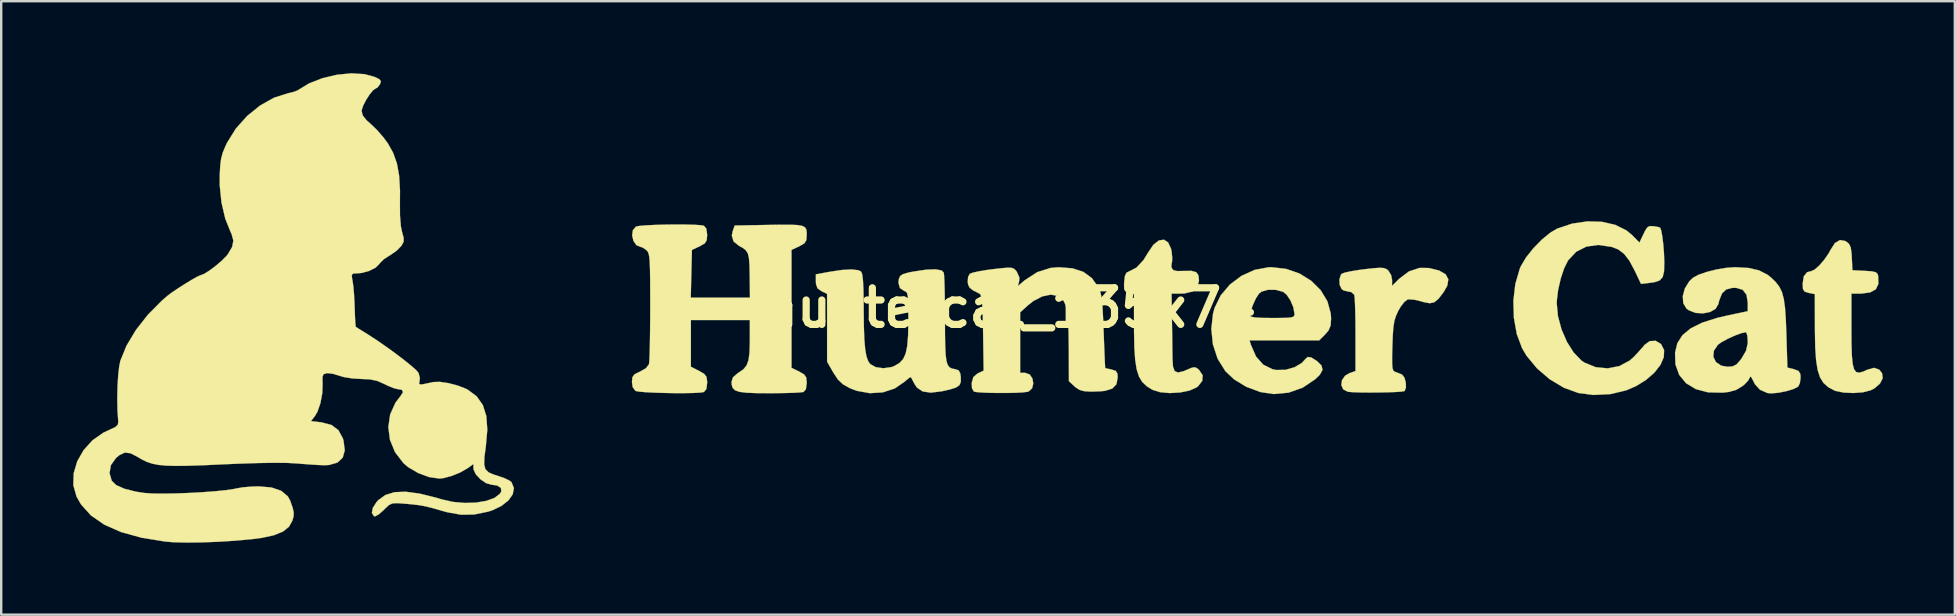
<source format=kicad_pcb>
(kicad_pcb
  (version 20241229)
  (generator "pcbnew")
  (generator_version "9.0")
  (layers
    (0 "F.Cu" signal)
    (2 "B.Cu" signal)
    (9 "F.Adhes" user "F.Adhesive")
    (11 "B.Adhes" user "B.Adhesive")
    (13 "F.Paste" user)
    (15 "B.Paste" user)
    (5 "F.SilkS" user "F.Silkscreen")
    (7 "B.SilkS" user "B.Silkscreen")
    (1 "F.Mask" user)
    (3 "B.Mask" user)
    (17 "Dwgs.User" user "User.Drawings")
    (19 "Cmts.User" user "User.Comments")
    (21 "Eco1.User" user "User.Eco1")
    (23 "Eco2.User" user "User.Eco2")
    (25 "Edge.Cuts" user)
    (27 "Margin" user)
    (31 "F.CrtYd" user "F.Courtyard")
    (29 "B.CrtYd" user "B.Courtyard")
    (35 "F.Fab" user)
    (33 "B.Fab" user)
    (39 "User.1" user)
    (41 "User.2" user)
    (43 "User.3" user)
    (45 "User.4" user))
  (footprint "huntercat_135x74"
    (layer "F.Cu")
    (at 39.024 9.774)
    (property "Reference" "huntercat_135x74" (at 0 0 0) (layer "F.SilkS") (effects (font (size 1.524 1.524) (thickness 0.3))))
    (attr through_hole)
    (fp_poly (pts (xy 34.802 -2.782) (xy 34.843 -2.757) (xy 34.958 -2.657) (xy 35.024 -2.511) (xy 35.059 -2.271) (xy 35.069 -2.096) (xy 35.094 -1.566) (xy 35.614 -1.541) (xy 35.905 -1.521) (xy 36.067 -1.483) (xy 36.142 -1.413) (xy 36.166 -1.33) (xy 36.177 -1) (xy 36.069 -0.774) (xy 35.832 -0.642) (xy 35.454 -0.593) (xy 35.385 -0.593) (xy 35.052 -0.593) (xy 35.052 0.895) (xy 35.056 1.525) (xy 35.072 2.002) (xy 35.106 2.342) (xy 35.164 2.561) (xy 35.253 2.675) (xy 35.379 2.701) (xy 35.548 2.654) (xy 35.706 2.581) (xy 35.991 2.499) (xy 36.21 2.573) (xy 36.33 2.725) (xy 36.355 2.933) (xy 36.242 3.154) (xy 36.017 3.351) (xy 35.852 3.436) (xy 35.535 3.517) (xy 35.137 3.548) (xy 34.732 3.53) (xy 34.397 3.462) (xy 34.332 3.437) (xy 34.083 3.302) (xy 33.889 3.129) (xy 33.745 2.897) (xy 33.644 2.584) (xy 33.58 2.17) (xy 33.544 1.631) (xy 33.532 0.948) (xy 33.532 0.878) (xy 33.528 -0.572) (xy 33.274 -0.622) (xy 33.107 -0.675) (xy 33.035 -0.779) (xy 33.02 -0.993) (xy 33.02 -0.997) (xy 33.067 -1.311) (xy 33.207 -1.486) (xy 33.367 -1.524) (xy 33.516 -1.591) (xy 33.713 -1.764) (xy 33.921 -2.005) (xy 34.105 -2.272) (xy 34.178 -2.408) (xy 34.367 -2.7) (xy 34.575 -2.825) (xy 34.802 -2.782)) (stroke (width 0.01) (type solid)) (fill yes) (layer "F.SilkS"))
    (fp_poly (pts (xy 6.587 -2.726) (xy 6.708 -2.466) (xy 6.735 -2.334) (xy 6.758 -2.089) (xy 6.751 -1.912) (xy 6.739 -1.876) (xy 6.722 -1.733) (xy 6.742 -1.652) (xy 6.813 -1.566) (xy 6.967 -1.532) (xy 7.23 -1.537) (xy 7.56 -1.54) (xy 7.756 -1.486) (xy 7.851 -1.357) (xy 7.874 -1.143) (xy 7.807 -0.862) (xy 7.605 -0.681) (xy 7.267 -0.599) (xy 7.114 -0.593) (xy 6.731 -0.593) (xy 6.747 0.487) (xy 6.754 0.958) (xy 6.761 1.424) (xy 6.766 1.829) (xy 6.769 2.098) (xy 6.79 2.442) (xy 6.86 2.635) (xy 7 2.695) (xy 7.231 2.639) (xy 7.371 2.58) (xy 7.585 2.491) (xy 7.712 2.475) (xy 7.818 2.533) (xy 7.874 2.583) (xy 8.025 2.806) (xy 8.011 3.04) (xy 7.837 3.264) (xy 7.777 3.311) (xy 7.483 3.445) (xy 7.089 3.525) (xy 6.659 3.55) (xy 6.253 3.514) (xy 5.936 3.415) (xy 5.933 3.413) (xy 5.695 3.265) (xy 5.51 3.088) (xy 5.373 2.861) (xy 5.277 2.56) (xy 5.215 2.163) (xy 5.181 1.648) (xy 5.167 0.993) (xy 5.167 0.792) (xy 5.165 -0.574) (xy 4.948 -0.629) (xy 4.818 -0.678) (xy 4.759 -0.771) (xy 4.751 -0.961) (xy 4.758 -1.079) (xy 4.789 -1.332) (xy 4.853 -1.464) (xy 4.969 -1.521) (xy 5.273 -1.679) (xy 5.565 -1.995) (xy 5.754 -2.304) (xy 5.974 -2.628) (xy 6.199 -2.806) (xy 6.41 -2.839) (xy 6.587 -2.726)) (stroke (width 0.01) (type solid)) (fill yes) (layer "F.SilkS"))
    (fp_poly (pts (xy 11.501 -1.624) (xy 12.062 -1.429) (xy 12.55 -1.126) (xy 12.944 -0.735) (xy 13.223 -0.273) (xy 13.364 0.24) (xy 13.377 0.457) (xy 13.356 0.742) (xy 13.269 0.945) (xy 13.13 1.107) (xy 12.882 1.355) (xy 9.979 1.355) (xy 10.038 1.545) (xy 10.251 2.029) (xy 10.547 2.365) (xy 10.927 2.555) (xy 11.096 2.589) (xy 11.474 2.582) (xy 11.847 2.477) (xy 12.155 2.298) (xy 12.302 2.138) (xy 12.404 2.046) (xy 12.547 2.065) (xy 12.766 2.201) (xy 12.788 2.217) (xy 12.978 2.402) (xy 13.02 2.582) (xy 12.91 2.784) (xy 12.725 2.967) (xy 12.198 3.322) (xy 11.607 3.533) (xy 10.983 3.591) (xy 10.43 3.508) (xy 9.845 3.29) (xy 9.336 2.981) (xy 8.972 2.637) (xy 8.65 2.12) (xy 8.453 1.522) (xy 8.387 0.881) (xy 8.45 0.318) (xy 9.994 0.318) (xy 10.041 0.367) (xy 10.198 0.4) (xy 10.485 0.418) (xy 10.922 0.423) (xy 10.922 0.423) (xy 11.33 0.421) (xy 11.597 0.412) (xy 11.754 0.39) (xy 11.829 0.349) (xy 11.852 0.286) (xy 11.853 0.256) (xy 11.805 -0.021) (xy 11.684 -0.311) (xy 11.521 -0.551) (xy 11.379 -0.666) (xy 11.071 -0.751) (xy 10.751 -0.753) (xy 10.483 -0.677) (xy 10.377 -0.598) (xy 10.25 -0.404) (xy 10.122 -0.128) (xy 10.026 0.148) (xy 9.994 0.318) (xy 8.45 0.318) (xy 8.459 0.238) (xy 8.523 0.005) (xy 8.777 -0.517) (xy 9.161 -0.97) (xy 9.643 -1.333) (xy 10.191 -1.581) (xy 10.773 -1.69) (xy 10.89 -1.693) (xy 11.501 -1.624)) (stroke (width 0.01) (type solid)) (fill yes) (layer "F.SilkS"))
    (fp_poly (pts (xy 15.569 -1.658) (xy 15.677 -1.619) (xy 15.755 -1.56) (xy 15.877 -1.366) (xy 15.917 -1.164) (xy 15.917 -0.914) (xy 16.217 -1.214) (xy 16.622 -1.518) (xy 17.063 -1.664) (xy 17.447 -1.66) (xy 17.878 -1.554) (xy 18.149 -1.398) (xy 18.261 -1.189) (xy 18.217 -0.922) (xy 18.066 -0.657) (xy 17.854 -0.38) (xy 17.676 -0.232) (xy 17.486 -0.191) (xy 17.235 -0.239) (xy 17.133 -0.27) (xy 16.86 -0.336) (xy 16.631 -0.355) (xy 16.552 -0.343) (xy 16.421 -0.238) (xy 16.265 -0.031) (xy 16.171 0.133) (xy 16.079 0.336) (xy 16.015 0.539) (xy 15.974 0.785) (xy 15.948 1.115) (xy 15.93 1.572) (xy 15.93 1.587) (xy 15.919 2.023) (xy 15.92 2.32) (xy 15.934 2.505) (xy 15.966 2.608) (xy 16.02 2.658) (xy 16.057 2.672) (xy 16.261 2.75) (xy 16.341 2.787) (xy 16.434 2.91) (xy 16.489 3.112) (xy 16.496 3.32) (xy 16.443 3.458) (xy 16.431 3.468) (xy 16.315 3.489) (xy 16.07 3.506) (xy 15.734 3.519) (xy 15.348 3.526) (xy 14.95 3.528) (xy 14.58 3.524) (xy 14.277 3.514) (xy 14.082 3.496) (xy 14.071 3.494) (xy 13.881 3.395) (xy 13.803 3.218) (xy 13.83 3.013) (xy 13.96 2.827) (xy 14.139 2.722) (xy 14.393 2.633) (xy 14.393 1.112) (xy 14.391 0.614) (xy 14.383 0.169) (xy 14.371 -0.193) (xy 14.357 -0.442) (xy 14.342 -0.543) (xy 14.226 -0.651) (xy 14.105 -0.677) (xy 13.908 -0.721) (xy 13.818 -0.779) (xy 13.735 -0.954) (xy 13.724 -1.184) (xy 13.784 -1.378) (xy 13.822 -1.421) (xy 13.948 -1.468) (xy 14.2 -1.523) (xy 14.536 -1.578) (xy 14.76 -1.607) (xy 15.148 -1.651) (xy 15.405 -1.668) (xy 15.569 -1.658)) (stroke (width 0.01) (type solid)) (fill yes) (layer "F.SilkS"))
    (fp_poly (pts (xy 24.659 -3.584) (xy 25.215 -3.457) (xy 25.686 -3.222) (xy 25.911 -3.035) (xy 26.223 -2.719) (xy 26.33 -2.947) (xy 26.457 -3.21) (xy 26.55 -3.352) (xy 26.645 -3.405) (xy 26.776 -3.405) (xy 26.808 -3.401) (xy 26.994 -3.37) (xy 27.085 -3.339) (xy 27.13 -3.218) (xy 27.175 -2.971) (xy 27.215 -2.642) (xy 27.244 -2.274) (xy 27.257 -1.91) (xy 27.258 -1.894) (xy 27.247 -1.521) (xy 27.191 -1.282) (xy 27.066 -1.142) (xy 26.847 -1.068) (xy 26.647 -1.039) (xy 26.286 -0.998) (xy 26.034 -1.531) (xy 25.806 -1.958) (xy 25.583 -2.249) (xy 25.334 -2.436) (xy 25.063 -2.539) (xy 24.507 -2.62) (xy 24.012 -2.552) (xy 23.591 -2.339) (xy 23.257 -1.985) (xy 23.245 -1.967) (xy 23.083 -1.643) (xy 22.941 -1.214) (xy 22.834 -0.744) (xy 22.78 -0.298) (xy 22.777 -0.182) (xy 22.829 0.355) (xy 22.977 0.901) (xy 23.201 1.417) (xy 23.482 1.861) (xy 23.802 2.193) (xy 23.933 2.283) (xy 24.406 2.474) (xy 24.904 2.521) (xy 25.386 2.426) (xy 25.816 2.196) (xy 25.99 2.042) (xy 26.198 1.818) (xy 26.379 1.612) (xy 26.436 1.542) (xy 26.649 1.387) (xy 26.896 1.373) (xy 27.117 1.504) (xy 27.123 1.51) (xy 27.25 1.762) (xy 27.236 2.058) (xy 27.096 2.377) (xy 26.846 2.698) (xy 26.501 2.999) (xy 26.078 3.262) (xy 25.675 3.435) (xy 25.009 3.594) (xy 24.301 3.629) (xy 23.675 3.547) (xy 23.073 3.328) (xy 22.485 2.976) (xy 21.954 2.521) (xy 21.52 1.997) (xy 21.333 1.682) (xy 21.112 1.091) (xy 20.991 0.414) (xy 20.971 -0.298) (xy 21.052 -0.996) (xy 21.236 -1.627) (xy 21.284 -1.738) (xy 21.497 -2.098) (xy 21.801 -2.48) (xy 22.153 -2.84) (xy 22.51 -3.133) (xy 22.792 -3.298) (xy 23.416 -3.508) (xy 24.049 -3.602) (xy 24.659 -3.584)) (stroke (width 0.01) (type solid)) (fill yes) (layer "F.SilkS"))
    (fp_poly (pts (xy -2.852 -1.559) (xy -2.761 -1.475) (xy -2.745 -1.353) (xy -2.732 -1.089) (xy -2.721 -0.71) (xy -2.713 -0.243) (xy -2.71 0.285) (xy -2.709 0.456) (xy -2.707 1.098) (xy -2.699 1.59) (xy -2.68 1.954) (xy -2.647 2.209) (xy -2.595 2.377) (xy -2.52 2.477) (xy -2.418 2.53) (xy -2.286 2.555) (xy -2.14 2.603) (xy -2.071 2.73) (xy -2.048 2.894) (xy -2.048 3.087) (xy -2.106 3.221) (xy -2.249 3.32) (xy -2.506 3.402) (xy -2.841 3.477) (xy -3.298 3.533) (xy -3.637 3.483) (xy -3.877 3.321) (xy -3.979 3.168) (xy -4.073 2.988) (xy -4.127 2.887) (xy -4.128 2.885) (xy -4.196 2.913) (xy -4.337 3.029) (xy -4.382 3.071) (xy -4.799 3.358) (xy -5.297 3.521) (xy -5.839 3.555) (xy -6.386 3.456) (xy -6.662 3.35) (xy -6.957 3.186) (xy -7.169 2.985) (xy -7.36 2.695) (xy -7.618 2.244) (xy -7.619 0.83) (xy -7.62 -0.583) (xy -7.853 -0.695) (xy -8.019 -0.813) (xy -8.081 -0.99) (xy -8.086 -1.101) (xy -8.086 -1.396) (xy -7.535 -1.498) (xy -7.011 -1.577) (xy -6.598 -1.6) (xy -6.314 -1.567) (xy -6.198 -1.507) (xy -6.156 -1.397) (xy -6.125 -1.155) (xy -6.105 -0.77) (xy -6.095 -0.232) (xy -6.094 0.08) (xy -6.087 0.77) (xy -6.068 1.309) (xy -6.033 1.717) (xy -5.981 2.014) (xy -5.909 2.219) (xy -5.821 2.343) (xy -5.589 2.472) (xy -5.274 2.516) (xy -4.944 2.47) (xy -4.809 2.419) (xy -4.602 2.296) (xy -4.45 2.132) (xy -4.345 1.903) (xy -4.279 1.584) (xy -4.244 1.149) (xy -4.233 0.573) (xy -4.233 0.515) (xy -4.235 0.048) (xy -4.242 -0.278) (xy -4.258 -0.488) (xy -4.287 -0.611) (xy -4.333 -0.673) (xy -4.4 -0.701) (xy -4.402 -0.702) (xy -4.586 -0.825) (xy -4.648 -1.051) (xy -4.626 -1.213) (xy -4.572 -1.327) (xy -4.453 -1.406) (xy -4.229 -1.471) (xy -4.035 -1.509) (xy -3.498 -1.589) (xy -3.102 -1.605) (xy -2.852 -1.559)) (stroke (width 0.01) (type solid)) (fill yes) (layer "F.SilkS"))
    (fp_poly (pts (xy 30.769 -1.661) (xy 31.203 -1.561) (xy 31.554 -1.38) (xy 31.701 -1.265) (xy 31.9 -1.073) (xy 32.051 -0.877) (xy 32.161 -0.65) (xy 32.237 -0.362) (xy 32.288 0.015) (xy 32.321 0.508) (xy 32.342 1.053) (xy 32.385 2.487) (xy 32.66 2.558) (xy 32.851 2.631) (xy 32.925 2.755) (xy 32.935 2.913) (xy 32.906 3.133) (xy 32.834 3.28) (xy 32.83 3.284) (xy 32.635 3.383) (xy 32.339 3.472) (xy 32.01 3.537) (xy 31.715 3.563) (xy 31.554 3.548) (xy 31.246 3.414) (xy 31.035 3.184) (xy 30.947 3.011) (xy 30.871 2.876) (xy 30.828 2.87) (xy 30.826 2.89) (xy 30.758 3.022) (xy 30.597 3.192) (xy 30.514 3.26) (xy 30.257 3.415) (xy 29.955 3.502) (xy 29.689 3.533) (xy 29.084 3.521) (xy 28.573 3.387) (xy 28.167 3.142) (xy 27.88 2.796) (xy 27.722 2.36) (xy 27.711 2.039) (xy 29.299 2.039) (xy 29.408 2.259) (xy 29.632 2.41) (xy 29.9 2.455) (xy 30.112 2.437) (xy 30.267 2.355) (xy 30.427 2.174) (xy 30.479 2.104) (xy 30.661 1.793) (xy 30.731 1.487) (xy 30.734 1.384) (xy 30.717 1.162) (xy 30.674 1.031) (xy 30.65 1.016) (xy 30.465 1.055) (xy 30.195 1.155) (xy 29.901 1.289) (xy 29.643 1.429) (xy 29.494 1.535) (xy 29.323 1.785) (xy 29.299 2.039) (xy 27.711 2.039) (xy 27.705 1.868) (xy 27.801 1.472) (xy 28.015 1.137) (xy 28.358 0.854) (xy 28.84 0.616) (xy 29.472 0.415) (xy 29.899 0.316) (xy 30.734 0.14) (xy 30.734 -0.213) (xy 30.682 -0.548) (xy 30.521 -0.753) (xy 30.248 -0.834) (xy 30.089 -0.831) (xy 29.835 -0.766) (xy 29.662 -0.601) (xy 29.545 -0.307) (xy 29.51 -0.155) (xy 29.392 0.043) (xy 29.163 0.173) (xy 28.87 0.231) (xy 28.559 0.21) (xy 28.278 0.102) (xy 28.178 0.028) (xy 28.046 -0.196) (xy 28.028 -0.49) (xy 28.114 -0.808) (xy 28.296 -1.103) (xy 28.444 -1.248) (xy 28.676 -1.375) (xy 29.024 -1.496) (xy 29.435 -1.599) (xy 29.855 -1.669) (xy 30.214 -1.693) (xy 30.769 -1.661)) (stroke (width 0.01) (type solid)) (fill yes) (layer "F.SilkS"))
    (fp_poly (pts (xy 2.605 -1.646) (xy 3.057 -1.499) (xy 3.409 -1.24) (xy 3.683 -0.857) (xy 3.689 -0.847) (xy 3.749 -0.708) (xy 3.795 -0.528) (xy 3.831 -0.279) (xy 3.86 0.064) (xy 3.884 0.53) (xy 3.901 0.974) (xy 3.919 1.461) (xy 3.936 1.885) (xy 3.95 2.219) (xy 3.961 2.436) (xy 3.967 2.508) (xy 4.049 2.53) (xy 4.229 2.569) (xy 4.233 2.57) (xy 4.409 2.628) (xy 4.478 2.747) (xy 4.487 2.906) (xy 4.434 3.183) (xy 4.262 3.364) (xy 3.958 3.458) (xy 3.768 3.477) (xy 3.368 3.49) (xy 3.092 3.473) (xy 2.896 3.417) (xy 2.736 3.314) (xy 2.679 3.264) (xy 2.455 3.056) (xy 2.449 1.634) (xy 2.44 0.991) (xy 2.416 0.496) (xy 2.374 0.126) (xy 2.308 -0.139) (xy 2.214 -0.322) (xy 2.088 -0.443) (xy 2.006 -0.491) (xy 1.702 -0.55) (xy 1.346 -0.477) (xy 0.973 -0.283) (xy 0.757 -0.113) (xy 0.423 0.189) (xy 0.423 2.709) (xy 0.638 2.709) (xy 0.823 2.778) (xy 0.936 2.945) (xy 0.97 3.156) (xy 0.92 3.354) (xy 0.778 3.484) (xy 0.732 3.498) (xy 0.54 3.522) (xy 0.24 3.538) (xy -0.126 3.546) (xy -0.518 3.546) (xy -0.894 3.539) (xy -1.212 3.525) (xy -1.433 3.504) (xy -1.509 3.484) (xy -1.584 3.346) (xy -1.594 3.124) (xy -1.527 2.885) (xy -1.358 2.739) (xy -1.332 2.726) (xy -1.097 2.614) (xy -1.12 1.041) (xy -1.13 0.472) (xy -1.144 0.051) (xy -1.163 -0.244) (xy -1.189 -0.435) (xy -1.224 -0.544) (xy -1.27 -0.591) (xy -1.27 -0.591) (xy -1.534 -0.725) (xy -1.679 -0.836) (xy -1.743 -0.964) (xy -1.761 -1.074) (xy -1.746 -1.284) (xy -1.676 -1.418) (xy -1.549 -1.466) (xy -1.295 -1.522) (xy -0.957 -1.578) (xy -0.723 -1.609) (xy -0.339 -1.653) (xy -0.087 -1.673) (xy 0.07 -1.666) (xy 0.168 -1.628) (xy 0.244 -1.557) (xy 0.277 -1.516) (xy 0.392 -1.264) (xy 0.382 -1.116) (xy 0.33 -0.909) (xy 0.609 -1.145) (xy 1.132 -1.486) (xy 1.695 -1.663) (xy 2.032 -1.691) (xy 2.605 -1.646)) (stroke (width 0.01) (type solid)) (fill yes) (layer "F.SilkS"))
    (fp_poly (pts (xy -13.533 -3.47) (xy -13.166 -3.461) (xy -12.891 -3.444) (xy -12.749 -3.42) (xy -12.647 -3.295) (xy -12.615 -3.04) (xy -12.633 -2.819) (xy -12.714 -2.687) (xy -12.906 -2.574) (xy -12.933 -2.561) (xy -13.25 -2.412) (xy -13.298 -0.423) (xy -10.832 -0.423) (xy -10.843 -1.352) (xy -10.852 -1.782) (xy -10.875 -2.079) (xy -10.924 -2.275) (xy -11.011 -2.406) (xy -11.148 -2.507) (xy -11.283 -2.579) (xy -11.515 -2.765) (xy -11.588 -3.008) (xy -11.552 -3.192) (xy -11.468 -3.429) (xy -10.158 -3.453) (xy -9.584 -3.463) (xy -9.157 -3.463) (xy -8.855 -3.449) (xy -8.657 -3.415) (xy -8.542 -3.357) (xy -8.486 -3.269) (xy -8.468 -3.145) (xy -8.467 -3.047) (xy -8.483 -2.822) (xy -8.563 -2.689) (xy -8.751 -2.577) (xy -8.784 -2.561) (xy -9.102 -2.412) (xy -9.102 2.498) (xy -8.784 2.653) (xy -8.579 2.772) (xy -8.488 2.902) (xy -8.467 3.111) (xy -8.467 3.131) (xy -8.503 3.395) (xy -8.601 3.505) (xy -8.729 3.522) (xy -8.993 3.538) (xy -9.361 3.549) (xy -9.799 3.555) (xy -10.034 3.556) (xy -10.587 3.552) (xy -10.993 3.535) (xy -11.275 3.498) (xy -11.454 3.434) (xy -11.553 3.337) (xy -11.593 3.201) (xy -11.599 3.081) (xy -11.54 2.894) (xy -11.344 2.724) (xy -11.296 2.694) (xy -11.104 2.559) (xy -10.973 2.399) (xy -10.893 2.179) (xy -10.851 1.867) (xy -10.838 1.427) (xy -10.837 1.307) (xy -10.837 0.508) (xy -13.293 0.508) (xy -13.293 2.452) (xy -12.954 2.625) (xy -12.741 2.749) (xy -12.643 2.874) (xy -12.616 3.063) (xy -12.615 3.125) (xy -12.647 3.382) (xy -12.748 3.504) (xy -12.757 3.508) (xy -12.907 3.531) (xy -13.184 3.546) (xy -13.553 3.553) (xy -13.976 3.553) (xy -14.415 3.545) (xy -14.835 3.532) (xy -15.197 3.513) (xy -15.464 3.489) (xy -15.601 3.461) (xy -15.602 3.46) (xy -15.719 3.301) (xy -15.748 3.085) (xy -15.729 2.89) (xy -15.643 2.771) (xy -15.442 2.67) (xy -15.418 2.66) (xy -15.168 2.518) (xy -15.04 2.351) (xy -15.038 2.344) (xy -15.024 2.211) (xy -15.012 1.934) (xy -15.002 1.537) (xy -14.994 1.046) (xy -14.989 0.483) (xy -14.987 -0.05) (xy -14.988 -0.723) (xy -14.991 -1.247) (xy -14.997 -1.642) (xy -15.009 -1.929) (xy -15.028 -2.127) (xy -15.054 -2.258) (xy -15.09 -2.34) (xy -15.136 -2.396) (xy -15.141 -2.4) (xy -15.296 -2.509) (xy -15.389 -2.54) (xy -15.566 -2.612) (xy -15.687 -2.791) (xy -15.74 -3.017) (xy -15.71 -3.234) (xy -15.585 -3.383) (xy -15.584 -3.384) (xy -15.448 -3.412) (xy -15.179 -3.436) (xy -14.816 -3.454) (xy -14.396 -3.466) (xy -13.955 -3.472) (xy -13.533 -3.47)) (stroke (width 0.01) (type solid)) (fill yes) (layer "F.SilkS"))
    (fp_poly (pts (xy -26.887 -9.735) (xy -26.475 -9.623) (xy -26.275 -9.527) (xy -26.206 -9.443) (xy -26.237 -9.331) (xy -26.245 -9.316) (xy -26.346 -9.181) (xy -26.412 -9.144) (xy -26.523 -9.075) (xy -26.669 -8.899) (xy -26.819 -8.668) (xy -26.942 -8.431) (xy -27.006 -8.237) (xy -27.009 -8.202) (xy -26.964 -8.017) (xy -26.811 -7.821) (xy -26.628 -7.658) (xy -26.372 -7.413) (xy -26.1 -7.1) (xy -25.919 -6.855) (xy -25.694 -6.454) (xy -25.539 -6.015) (xy -25.447 -5.504) (xy -25.411 -4.885) (xy -25.414 -4.403) (xy -25.411 -3.837) (xy -25.374 -3.392) (xy -25.322 -3.148) (xy -25.257 -2.909) (xy -25.26 -2.754) (xy -25.336 -2.61) (xy -25.372 -2.561) (xy -25.558 -2.375) (xy -25.806 -2.202) (xy -25.851 -2.177) (xy -26.074 -2.033) (xy -26.233 -1.88) (xy -26.256 -1.846) (xy -26.423 -1.677) (xy -26.699 -1.537) (xy -27.02 -1.452) (xy -27.186 -1.439) (xy -27.358 -1.43) (xy -27.421 -1.371) (xy -27.406 -1.212) (xy -27.387 -1.122) (xy -27.354 -0.892) (xy -27.325 -0.553) (xy -27.305 -0.165) (xy -27.3 -0.016) (xy -27.288 0.329) (xy -27.274 0.602) (xy -27.258 0.765) (xy -27.25 0.794) (xy -27.168 0.846) (xy -26.984 0.961) (xy -26.755 1.103) (xy -26.39 1.34) (xy -25.999 1.61) (xy -25.609 1.892) (xy -25.25 2.165) (xy -24.949 2.408) (xy -24.734 2.598) (xy -24.638 2.71) (xy -24.584 2.921) (xy -24.598 3.055) (xy -24.614 3.173) (xy -24.526 3.194) (xy -24.433 3.178) (xy -24.174 3.124) (xy -24.008 3.09) (xy -23.743 3.084) (xy -23.389 3.137) (xy -23.011 3.236) (xy -22.672 3.367) (xy -22.586 3.411) (xy -22.217 3.686) (xy -21.961 4.046) (xy -21.815 4.505) (xy -21.774 5.076) (xy -21.835 5.772) (xy -21.84 5.805) (xy -21.896 6.233) (xy -21.904 6.529) (xy -21.851 6.724) (xy -21.723 6.852) (xy -21.507 6.946) (xy -21.352 6.993) (xy -21.072 7.089) (xy -20.852 7.195) (xy -20.765 7.264) (xy -20.665 7.507) (xy -20.714 7.767) (xy -20.895 8.024) (xy -21.189 8.255) (xy -21.58 8.44) (xy -21.743 8.491) (xy -22.322 8.609) (xy -22.865 8.618) (xy -23.441 8.516) (xy -23.655 8.457) (xy -24.051 8.342) (xy -24.356 8.267) (xy -24.638 8.217) (xy -24.968 8.18) (xy -25.234 8.157) (xy -25.534 8.136) (xy -25.725 8.148) (xy -25.866 8.212) (xy -26.016 8.347) (xy -26.093 8.426) (xy -26.282 8.594) (xy -26.435 8.682) (xy -26.492 8.683) (xy -26.582 8.542) (xy -26.544 8.334) (xy -26.388 8.091) (xy -26.31 8.006) (xy -26.014 7.794) (xy -25.639 7.679) (xy -25.172 7.66) (xy -24.597 7.737) (xy -23.9 7.91) (xy -23.689 7.974) (xy -23.207 8.084) (xy -22.711 8.128) (xy -22.235 8.113) (xy -21.811 8.04) (xy -21.471 7.916) (xy -21.247 7.743) (xy -21.192 7.649) (xy -21.207 7.501) (xy -21.363 7.401) (xy -21.602 7.367) (xy -21.824 7.303) (xy -22.057 7.144) (xy -22.25 6.937) (xy -22.348 6.732) (xy -22.352 6.691) (xy -22.352 6.508) (xy -22.6 6.685) (xy -22.909 6.861) (xy -23.273 7.008) (xy -23.617 7.097) (xy -23.773 7.112) (xy -24.202 7.049) (xy -24.659 6.879) (xy -25.073 6.635) (xy -25.265 6.472) (xy -25.618 6.012) (xy -25.829 5.5) (xy -25.897 4.966) (xy -25.82 4.438) (xy -25.597 3.946) (xy -25.39 3.677) (xy -25.285 3.511) (xy -25.334 3.414) (xy -25.503 3.387) (xy -25.666 3.348) (xy -25.908 3.25) (xy -26.059 3.175) (xy -26.358 3.044) (xy -26.667 2.979) (xy -27.027 2.963) (xy -27.401 2.941) (xy -27.749 2.884) (xy -27.932 2.83) (xy -28.191 2.751) (xy -28.42 2.721) (xy -28.463 2.724) (xy -28.584 2.759) (xy -28.636 2.852) (xy -28.64 3.051) (xy -28.635 3.131) (xy -28.647 3.544) (xy -28.724 3.965) (xy -28.85 4.33) (xy -28.961 4.517) (xy -29.12 4.718) (xy -28.686 4.77) (xy -28.271 4.877) (xy -27.979 5.093) (xy -27.793 5.431) (xy -27.765 5.526) (xy -27.711 5.933) (xy -27.796 6.241) (xy -28.014 6.446) (xy -28.365 6.546) (xy -28.563 6.556) (xy -28.808 6.547) (xy -29.16 6.525) (xy -29.555 6.495) (xy -29.703 6.482) (xy -30.105 6.46) (xy -30.66 6.455) (xy -31.353 6.466) (xy -32.169 6.493) (xy -32.82 6.521) (xy -33.601 6.557) (xy -34.235 6.578) (xy -34.744 6.585) (xy -35.148 6.573) (xy -35.471 6.543) (xy -35.733 6.491) (xy -35.957 6.416) (xy -36.164 6.316) (xy -36.341 6.21) (xy -36.64 6.056) (xy -36.876 6.03) (xy -37.1 6.136) (xy -37.244 6.257) (xy -37.455 6.554) (xy -37.511 6.888) (xy -37.42 7.202) (xy -37.235 7.382) (xy -36.897 7.535) (xy -36.418 7.656) (xy -36.068 7.711) (xy -35.748 7.734) (xy -35.306 7.74) (xy -34.783 7.732) (xy -34.218 7.712) (xy -33.649 7.681) (xy -33.117 7.641) (xy -32.66 7.595) (xy -32.319 7.543) (xy -32.227 7.523) (xy -31.971 7.479) (xy -31.624 7.448) (xy -31.294 7.437) (xy -30.765 7.483) (xy -30.358 7.623) (xy -30.084 7.852) (xy -29.989 8.025) (xy -29.884 8.324) (xy -29.838 8.526) (xy -29.845 8.691) (xy -29.892 8.861) (xy -30.036 9.119) (xy -30.288 9.321) (xy -30.665 9.474) (xy -31.182 9.585) (xy -31.581 9.637) (xy -32.261 9.699) (xy -32.967 9.744) (xy -33.657 9.77) (xy -34.293 9.778) (xy -34.834 9.765) (xy -35.179 9.738) (xy -36.18 9.576) (xy -37.03 9.341) (xy -37.732 9.031) (xy -38.288 8.646) (xy -38.702 8.184) (xy -38.886 7.861) (xy -39.019 7.39) (xy -39.005 6.893) (xy -38.858 6.397) (xy -38.593 5.93) (xy -38.224 5.521) (xy -37.764 5.198) (xy -37.507 5.078) (xy -37.272 4.97) (xy -37.165 4.868) (xy -37.147 4.736) (xy -37.148 4.729) (xy -37.18 4.285) (xy -37.189 3.782) (xy -37.179 3.27) (xy -37.149 2.795) (xy -37.103 2.406) (xy -37.059 2.201) (xy -36.802 1.572) (xy -36.411 0.921) (xy -35.91 0.283) (xy -35.324 -0.308) (xy -35.094 -0.505) (xy -34.91 -0.643) (xy -34.655 -0.815) (xy -34.371 -0.996) (xy -34.097 -1.163) (xy -33.874 -1.29) (xy -33.741 -1.352) (xy -33.727 -1.355) (xy -33.581 -1.409) (xy -33.357 -1.548) (xy -33.098 -1.741) (xy -32.847 -1.954) (xy -32.646 -2.155) (xy -32.586 -2.23) (xy -32.403 -2.537) (xy -32.353 -2.803) (xy -32.428 -3.079) (xy -32.466 -3.156) (xy -32.692 -3.719) (xy -32.847 -4.385) (xy -32.92 -5.096) (xy -32.922 -5.496) (xy -32.901 -5.907) (xy -32.863 -6.21) (xy -32.794 -6.467) (xy -32.682 -6.737) (xy -32.613 -6.881) (xy -32.25 -7.466) (xy -31.78 -7.992) (xy -31.236 -8.431) (xy -30.653 -8.757) (xy -30.062 -8.942) (xy -30.057 -8.943) (xy -29.834 -8.997) (xy -29.684 -9.055) (xy -29.676 -9.061) (xy -29.2 -9.349) (xy -28.639 -9.568) (xy -28.037 -9.71) (xy -27.438 -9.769) (xy -26.887 -9.735)) (stroke (width 0.01) (type solid)) (fill yes) (layer "F.SilkS")))
  (gr_rect
    (start -3 -3)
    (end 78.384 22.556)
    (stroke (width 0.1) (type default))
    (fill no)
    (layer "Edge.Cuts")))
</source>
